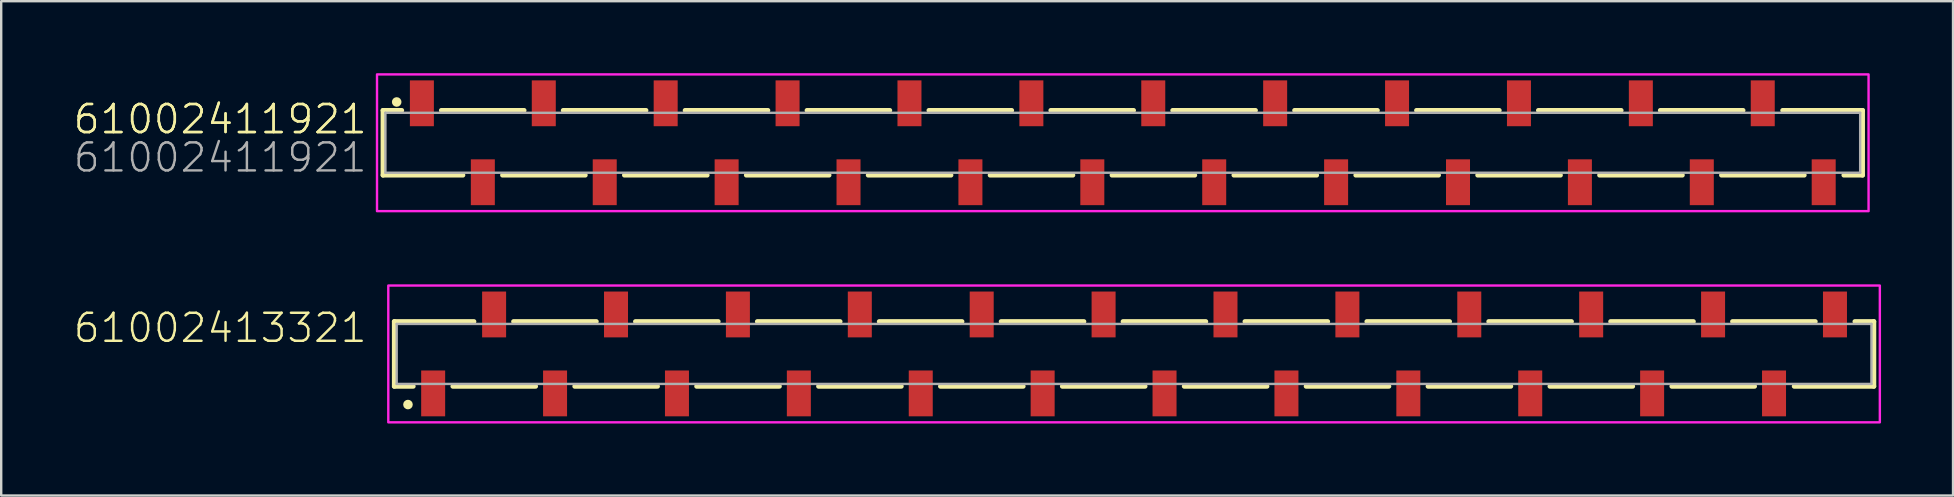
<source format=kicad_pcb>
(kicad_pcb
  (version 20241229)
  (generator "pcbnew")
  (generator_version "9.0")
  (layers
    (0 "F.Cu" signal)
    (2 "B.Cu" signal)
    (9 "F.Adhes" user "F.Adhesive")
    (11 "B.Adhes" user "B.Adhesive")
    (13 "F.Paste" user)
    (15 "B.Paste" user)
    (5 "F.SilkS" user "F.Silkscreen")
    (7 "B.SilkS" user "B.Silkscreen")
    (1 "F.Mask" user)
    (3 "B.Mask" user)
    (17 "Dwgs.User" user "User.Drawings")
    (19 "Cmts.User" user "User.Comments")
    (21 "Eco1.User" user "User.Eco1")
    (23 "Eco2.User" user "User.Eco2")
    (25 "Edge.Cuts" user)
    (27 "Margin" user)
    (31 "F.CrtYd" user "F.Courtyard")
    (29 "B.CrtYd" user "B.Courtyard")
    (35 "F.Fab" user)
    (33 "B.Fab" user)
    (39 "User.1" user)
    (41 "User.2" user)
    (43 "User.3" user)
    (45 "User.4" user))
  (footprint "61002413321"
    (layer "F.Cu")
    (at 44.212 11.7)
    (property "Reference" "61002413321" (at -31.9 -0.4 0) (unlocked yes) (layer "F.SilkS") (effects (font (size 1.168 1.168) (thickness 0.102)) (justify right bottom)))
    (fp_line (start -30.83 -1.35) (end -27.51 -1.35) (stroke (width 0.2) (type solid)) (layer "F.SilkS"))
    (fp_line (start -30.83 1.35) (end -30.83 -1.35) (stroke (width 0.2) (type solid)) (layer "F.SilkS"))
    (fp_line (start -30.04 1.35) (end -30.83 1.35) (stroke (width 0.2) (type solid)) (layer "F.SilkS"))
    (fp_line (start -25.86 -1.35) (end -22.41 -1.35) (stroke (width 0.2) (type solid)) (layer "F.SilkS"))
    (fp_line (start -24.94 1.35) (end -28.39 1.35) (stroke (width 0.2) (type solid)) (layer "F.SilkS"))
    (fp_line (start -20.78 -1.35) (end -17.33 -1.35) (stroke (width 0.2) (type solid)) (layer "F.SilkS"))
    (fp_line (start -19.86 1.35) (end -23.31 1.35) (stroke (width 0.2) (type solid)) (layer "F.SilkS"))
    (fp_line (start -15.7 -1.35) (end -12.25 -1.35) (stroke (width 0.2) (type solid)) (layer "F.SilkS"))
    (fp_line (start -14.78 1.35) (end -18.23 1.35) (stroke (width 0.2) (type solid)) (layer "F.SilkS"))
    (fp_line (start -10.62 -1.35) (end -7.17 -1.35) (stroke (width 0.2) (type solid)) (layer "F.SilkS"))
    (fp_line (start -9.7 1.35) (end -13.15 1.35) (stroke (width 0.2) (type solid)) (layer "F.SilkS"))
    (fp_line (start -5.54 -1.35) (end -2.09 -1.35) (stroke (width 0.2) (type solid)) (layer "F.SilkS"))
    (fp_line (start -4.62 1.35) (end -8.07 1.35) (stroke (width 0.2) (type solid)) (layer "F.SilkS"))
    (fp_line (start -0.46 -1.35) (end 2.99 -1.35) (stroke (width 0.2) (type solid)) (layer "F.SilkS"))
    (fp_line (start 0.46 1.35) (end -2.99 1.35) (stroke (width 0.2) (type solid)) (layer "F.SilkS"))
    (fp_line (start 4.62 -1.35) (end 8.07 -1.35) (stroke (width 0.2) (type solid)) (layer "F.SilkS"))
    (fp_line (start 5.54 1.35) (end 2.09 1.35) (stroke (width 0.2) (type solid)) (layer "F.SilkS"))
    (fp_line (start 9.7 -1.35) (end 13.15 -1.35) (stroke (width 0.2) (type solid)) (layer "F.SilkS"))
    (fp_line (start 10.62 1.35) (end 7.17 1.35) (stroke (width 0.2) (type solid)) (layer "F.SilkS"))
    (fp_line (start 14.78 -1.35) (end 18.23 -1.35) (stroke (width 0.2) (type solid)) (layer "F.SilkS"))
    (fp_line (start 15.7 1.35) (end 12.25 1.35) (stroke (width 0.2) (type solid)) (layer "F.SilkS"))
    (fp_line (start 19.86 -1.35) (end 23.31 -1.35) (stroke (width 0.2) (type solid)) (layer "F.SilkS"))
    (fp_line (start 20.78 1.35) (end 17.33 1.35) (stroke (width 0.2) (type solid)) (layer "F.SilkS"))
    (fp_line (start 24.94 -1.35) (end 28.39 -1.35) (stroke (width 0.2) (type solid)) (layer "F.SilkS"))
    (fp_line (start 25.86 1.35) (end 22.41 1.35) (stroke (width 0.2) (type solid)) (layer "F.SilkS"))
    (fp_line (start 27.51 1.35) (end 30.83 1.35) (stroke (width 0.2) (type solid)) (layer "F.SilkS"))
    (fp_line (start 30.83 -1.35) (end 30.04 -1.35) (stroke (width 0.2) (type solid)) (layer "F.SilkS"))
    (fp_line (start 30.83 1.35) (end 30.83 -1.35) (stroke (width 0.2) (type solid)) (layer "F.SilkS"))
    (fp_circle (center -30.26 2.11) (end -30.16 2.11) (stroke (width 0.2) (type solid)) (fill no) (layer "F.SilkS"))
    (fp_poly (pts (xy 31.08 2.85) (xy -31.08 2.85) (xy -31.08 -2.85) (xy 31.08 -2.85)) (stroke (width 0.1) (type default)) (fill no) (layer "F.CrtYd"))
    (fp_line (start -30.73 -1.25) (end 30.73 -1.25) (stroke (width 0.1) (type solid)) (layer "F.Fab"))
    (fp_line (start -30.73 1.25) (end -30.73 -1.25) (stroke (width 0.1) (type solid)) (layer "F.Fab"))
    (fp_line (start 30.73 1.25) (end -30.73 1.25) (stroke (width 0.1) (type solid)) (layer "F.Fab"))
    (fp_line (start 30.73 1.25) (end 30.73 -1.25) (stroke (width 0.1) (type solid)) (layer "F.Fab"))
    (pad "1" smd rect (at -29.21 1.645 180) (size 1 1.91) (layers "F.Cu" "F.Mask" "F.Paste"))
    (pad "2" smd rect (at -26.67 -1.645 180) (size 1 1.91) (layers "F.Cu" "F.Mask" "F.Paste"))
    (pad "3" smd rect (at -24.13 1.645 180) (size 1 1.91) (layers "F.Cu" "F.Mask" "F.Paste"))
    (pad "4" smd rect (at -21.59 -1.645 180) (size 1 1.91) (layers "F.Cu" "F.Mask" "F.Paste"))
    (pad "5" smd rect (at -19.05 1.645 180) (size 1 1.91) (layers "F.Cu" "F.Mask" "F.Paste"))
    (pad "6" smd rect (at -16.51 -1.645 180) (size 1 1.91) (layers "F.Cu" "F.Mask" "F.Paste"))
    (pad "7" smd rect (at -13.97 1.645 180) (size 1 1.91) (layers "F.Cu" "F.Mask" "F.Paste"))
    (pad "8" smd rect (at -11.43 -1.645 180) (size 1 1.91) (layers "F.Cu" "F.Mask" "F.Paste"))
    (pad "9" smd rect (at -8.89 1.645 180) (size 1 1.91) (layers "F.Cu" "F.Mask" "F.Paste"))
    (pad "10" smd rect (at -6.35 -1.645 180) (size 1 1.91) (layers "F.Cu" "F.Mask" "F.Paste"))
    (pad "11" smd rect (at -3.81 1.645 180) (size 1 1.91) (layers "F.Cu" "F.Mask" "F.Paste"))
    (pad "12" smd rect (at -1.27 -1.645 180) (size 1 1.91) (layers "F.Cu" "F.Mask" "F.Paste"))
    (pad "13" smd rect (at 1.27 1.645 180) (size 1 1.91) (layers "F.Cu" "F.Mask" "F.Paste"))
    (pad "14" smd rect (at 3.81 -1.645 180) (size 1 1.91) (layers "F.Cu" "F.Mask" "F.Paste"))
    (pad "15" smd rect (at 6.35 1.645 180) (size 1 1.91) (layers "F.Cu" "F.Mask" "F.Paste"))
    (pad "16" smd rect (at 8.89 -1.645 180) (size 1 1.91) (layers "F.Cu" "F.Mask" "F.Paste"))
    (pad "17" smd rect (at 11.43 1.645 180) (size 1 1.91) (layers "F.Cu" "F.Mask" "F.Paste"))
    (pad "18" smd rect (at 13.97 -1.645 180) (size 1 1.91) (layers "F.Cu" "F.Mask" "F.Paste"))
    (pad "19" smd rect (at 16.51 1.645 180) (size 1 1.91) (layers "F.Cu" "F.Mask" "F.Paste"))
    (pad "20" smd rect (at 19.05 -1.645 180) (size 1 1.91) (layers "F.Cu" "F.Mask" "F.Paste"))
    (pad "21" smd rect (at 21.59 1.645 180) (size 1 1.91) (layers "F.Cu" "F.Mask" "F.Paste"))
    (pad "22" smd rect (at 24.13 -1.645 180) (size 1 1.91) (layers "F.Cu" "F.Mask" "F.Paste"))
    (pad "23" smd rect (at 26.67 1.645 180) (size 1 1.91) (layers "F.Cu" "F.Mask" "F.Paste"))
    (pad "24" smd rect (at 29.21 -1.645 180) (size 1 1.91) (layers "F.Cu" "F.Mask" "F.Paste")))
  (footprint "61002411921"
    (layer "F.Cu")
    (at 43.742 2.9)
    (property "Reference" "61002411921" (at -31.43 -0.3 0) (unlocked yes) (layer "F.SilkS") (effects (font (size 1.168 1.168) (thickness 0.102)) (justify right bottom)))
    (property "Value" "61002411921" (at -31.43 1.3 0) (unlocked yes) (layer "F.Fab") (hide yes) (effects (font (size 1.168 1.168) (thickness 0.102)) (justify right bottom)))
    (fp_line (start -30.83 -1.35) (end -30.05 -1.35) (stroke (width 0.2) (type solid)) (layer "F.SilkS"))
    (fp_line (start -30.83 1.35) (end -30.83 -1.35) (stroke (width 0.2) (type solid)) (layer "F.SilkS"))
    (fp_line (start -28.4 -1.35) (end -24.95 -1.35) (stroke (width 0.2) (type solid)) (layer "F.SilkS"))
    (fp_line (start -27.5 1.35) (end -30.83 1.35) (stroke (width 0.2) (type solid)) (layer "F.SilkS"))
    (fp_line (start -23.32 -1.35) (end -19.87 -1.35) (stroke (width 0.2) (type solid)) (layer "F.SilkS"))
    (fp_line (start -22.4 1.35) (end -25.85 1.35) (stroke (width 0.2) (type solid)) (layer "F.SilkS"))
    (fp_line (start -18.24 -1.35) (end -14.79 -1.35) (stroke (width 0.2) (type solid)) (layer "F.SilkS"))
    (fp_line (start -17.32 1.35) (end -20.77 1.35) (stroke (width 0.2) (type solid)) (layer "F.SilkS"))
    (fp_line (start -13.16 -1.35) (end -9.71 -1.35) (stroke (width 0.2) (type solid)) (layer "F.SilkS"))
    (fp_line (start -12.24 1.35) (end -15.69 1.35) (stroke (width 0.2) (type solid)) (layer "F.SilkS"))
    (fp_line (start -8.08 -1.35) (end -4.63 -1.35) (stroke (width 0.2) (type solid)) (layer "F.SilkS"))
    (fp_line (start -7.16 1.35) (end -10.61 1.35) (stroke (width 0.2) (type solid)) (layer "F.SilkS"))
    (fp_line (start -3 -1.35) (end 0.45 -1.35) (stroke (width 0.2) (type solid)) (layer "F.SilkS"))
    (fp_line (start -2.08 1.35) (end -5.53 1.35) (stroke (width 0.2) (type solid)) (layer "F.SilkS"))
    (fp_line (start 2.08 -1.35) (end 5.53 -1.35) (stroke (width 0.2) (type solid)) (layer "F.SilkS"))
    (fp_line (start 3 1.35) (end -0.45 1.35) (stroke (width 0.2) (type solid)) (layer "F.SilkS"))
    (fp_line (start 7.16 -1.35) (end 10.61 -1.35) (stroke (width 0.2) (type solid)) (layer "F.SilkS"))
    (fp_line (start 8.08 1.35) (end 4.63 1.35) (stroke (width 0.2) (type solid)) (layer "F.SilkS"))
    (fp_line (start 12.24 -1.35) (end 15.69 -1.35) (stroke (width 0.2) (type solid)) (layer "F.SilkS"))
    (fp_line (start 13.16 1.35) (end 9.71 1.35) (stroke (width 0.2) (type solid)) (layer "F.SilkS"))
    (fp_line (start 17.32 -1.35) (end 20.77 -1.35) (stroke (width 0.2) (type solid)) (layer "F.SilkS"))
    (fp_line (start 18.24 1.35) (end 14.79 1.35) (stroke (width 0.2) (type solid)) (layer "F.SilkS"))
    (fp_line (start 22.4 -1.35) (end 25.85 -1.35) (stroke (width 0.2) (type solid)) (layer "F.SilkS"))
    (fp_line (start 23.32 1.35) (end 19.87 1.35) (stroke (width 0.2) (type solid)) (layer "F.SilkS"))
    (fp_line (start 28.4 1.35) (end 24.95 1.35) (stroke (width 0.2) (type solid)) (layer "F.SilkS"))
    (fp_line (start 30.05 1.35) (end 30.83 1.35) (stroke (width 0.2) (type solid)) (layer "F.SilkS"))
    (fp_line (start 30.83 -1.35) (end 27.5 -1.35) (stroke (width 0.2) (type solid)) (layer "F.SilkS"))
    (fp_line (start 30.83 1.35) (end 30.83 -1.35) (stroke (width 0.2) (type solid)) (layer "F.SilkS"))
    (fp_circle (center -30.26 -1.7) (end -30.16 -1.7) (stroke (width 0.2) (type solid)) (fill no) (layer "F.SilkS"))
    (fp_poly (pts (xy 31.08 2.85) (xy -31.08 2.85) (xy -31.08 -2.85) (xy 31.08 -2.85)) (stroke (width 0.1) (type default)) (fill no) (layer "F.CrtYd"))
    (fp_line (start -30.73 -1.25) (end 30.73 -1.25) (stroke (width 0.1) (type solid)) (layer "F.Fab"))
    (fp_line (start -30.73 1.25) (end -30.73 -1.25) (stroke (width 0.1) (type solid)) (layer "F.Fab"))
    (fp_line (start 30.73 1.25) (end -30.73 1.25) (stroke (width 0.1) (type solid)) (layer "F.Fab"))
    (fp_line (start 30.73 1.25) (end 30.73 -1.25) (stroke (width 0.1) (type solid)) (layer "F.Fab"))
    (fp_text user "${REFERENCE}" (at -31.43 -0.3 0) (unlocked yes) (layer "F.SilkS") (effects (font (size 1.168 1.168) (thickness 0.102)) (justify right bottom)))
    (fp_text user "${VALUE}" (at -31.43 1.3 0) (unlocked yes) (layer "F.Fab") (effects (font (size 1.168 1.168) (thickness 0.102)) (justify right bottom)))
    (pad "1" smd rect (at -29.21 -1.645 180) (size 1 1.91) (layers "F.Cu" "F.Mask" "F.Paste"))
    (pad "2" smd rect (at -26.67 1.645 180) (size 1 1.91) (layers "F.Cu" "F.Mask" "F.Paste"))
    (pad "3" smd rect (at -24.13 -1.645 180) (size 1 1.91) (layers "F.Cu" "F.Mask" "F.Paste"))
    (pad "4" smd rect (at -21.59 1.645 180) (size 1 1.91) (layers "F.Cu" "F.Mask" "F.Paste"))
    (pad "5" smd rect (at -19.05 -1.645 180) (size 1 1.91) (layers "F.Cu" "F.Mask" "F.Paste"))
    (pad "6" smd rect (at -16.51 1.645 180) (size 1 1.91) (layers "F.Cu" "F.Mask" "F.Paste"))
    (pad "7" smd rect (at -13.97 -1.645 180) (size 1 1.91) (layers "F.Cu" "F.Mask" "F.Paste"))
    (pad "8" smd rect (at -11.43 1.645 180) (size 1 1.91) (layers "F.Cu" "F.Mask" "F.Paste"))
    (pad "9" smd rect (at -8.89 -1.645 180) (size 1 1.91) (layers "F.Cu" "F.Mask" "F.Paste"))
    (pad "10" smd rect (at -6.35 1.645 180) (size 1 1.91) (layers "F.Cu" "F.Mask" "F.Paste"))
    (pad "11" smd rect (at -3.81 -1.645 180) (size 1 1.91) (layers "F.Cu" "F.Mask" "F.Paste"))
    (pad "12" smd rect (at -1.27 1.645 180) (size 1 1.91) (layers "F.Cu" "F.Mask" "F.Paste"))
    (pad "13" smd rect (at 1.27 -1.645 180) (size 1 1.91) (layers "F.Cu" "F.Mask" "F.Paste"))
    (pad "14" smd rect (at 3.81 1.645 180) (size 1 1.91) (layers "F.Cu" "F.Mask" "F.Paste"))
    (pad "15" smd rect (at 6.35 -1.645 180) (size 1 1.91) (layers "F.Cu" "F.Mask" "F.Paste"))
    (pad "16" smd rect (at 8.89 1.645 180) (size 1 1.91) (layers "F.Cu" "F.Mask" "F.Paste"))
    (pad "17" smd rect (at 11.43 -1.645 180) (size 1 1.91) (layers "F.Cu" "F.Mask" "F.Paste"))
    (pad "18" smd rect (at 13.97 1.645 180) (size 1 1.91) (layers "F.Cu" "F.Mask" "F.Paste"))
    (pad "19" smd rect (at 16.51 -1.645 180) (size 1 1.91) (layers "F.Cu" "F.Mask" "F.Paste"))
    (pad "20" smd rect (at 19.05 1.645 180) (size 1 1.91) (layers "F.Cu" "F.Mask" "F.Paste"))
    (pad "21" smd rect (at 21.59 -1.645 180) (size 1 1.91) (layers "F.Cu" "F.Mask" "F.Paste"))
    (pad "22" smd rect (at 24.13 1.645 180) (size 1 1.91) (layers "F.Cu" "F.Mask" "F.Paste"))
    (pad "23" smd rect (at 26.67 -1.645 180) (size 1 1.91) (layers "F.Cu" "F.Mask" "F.Paste"))
    (pad "24" smd rect (at 29.21 1.645 180) (size 1 1.91) (layers "F.Cu" "F.Mask" "F.Paste")))
  (gr_rect
    (start -3 -3)
    (end 78.342 17.6)
    (stroke (width 0.1) (type default))
    (fill no)
    (layer "Edge.Cuts")))
</source>
